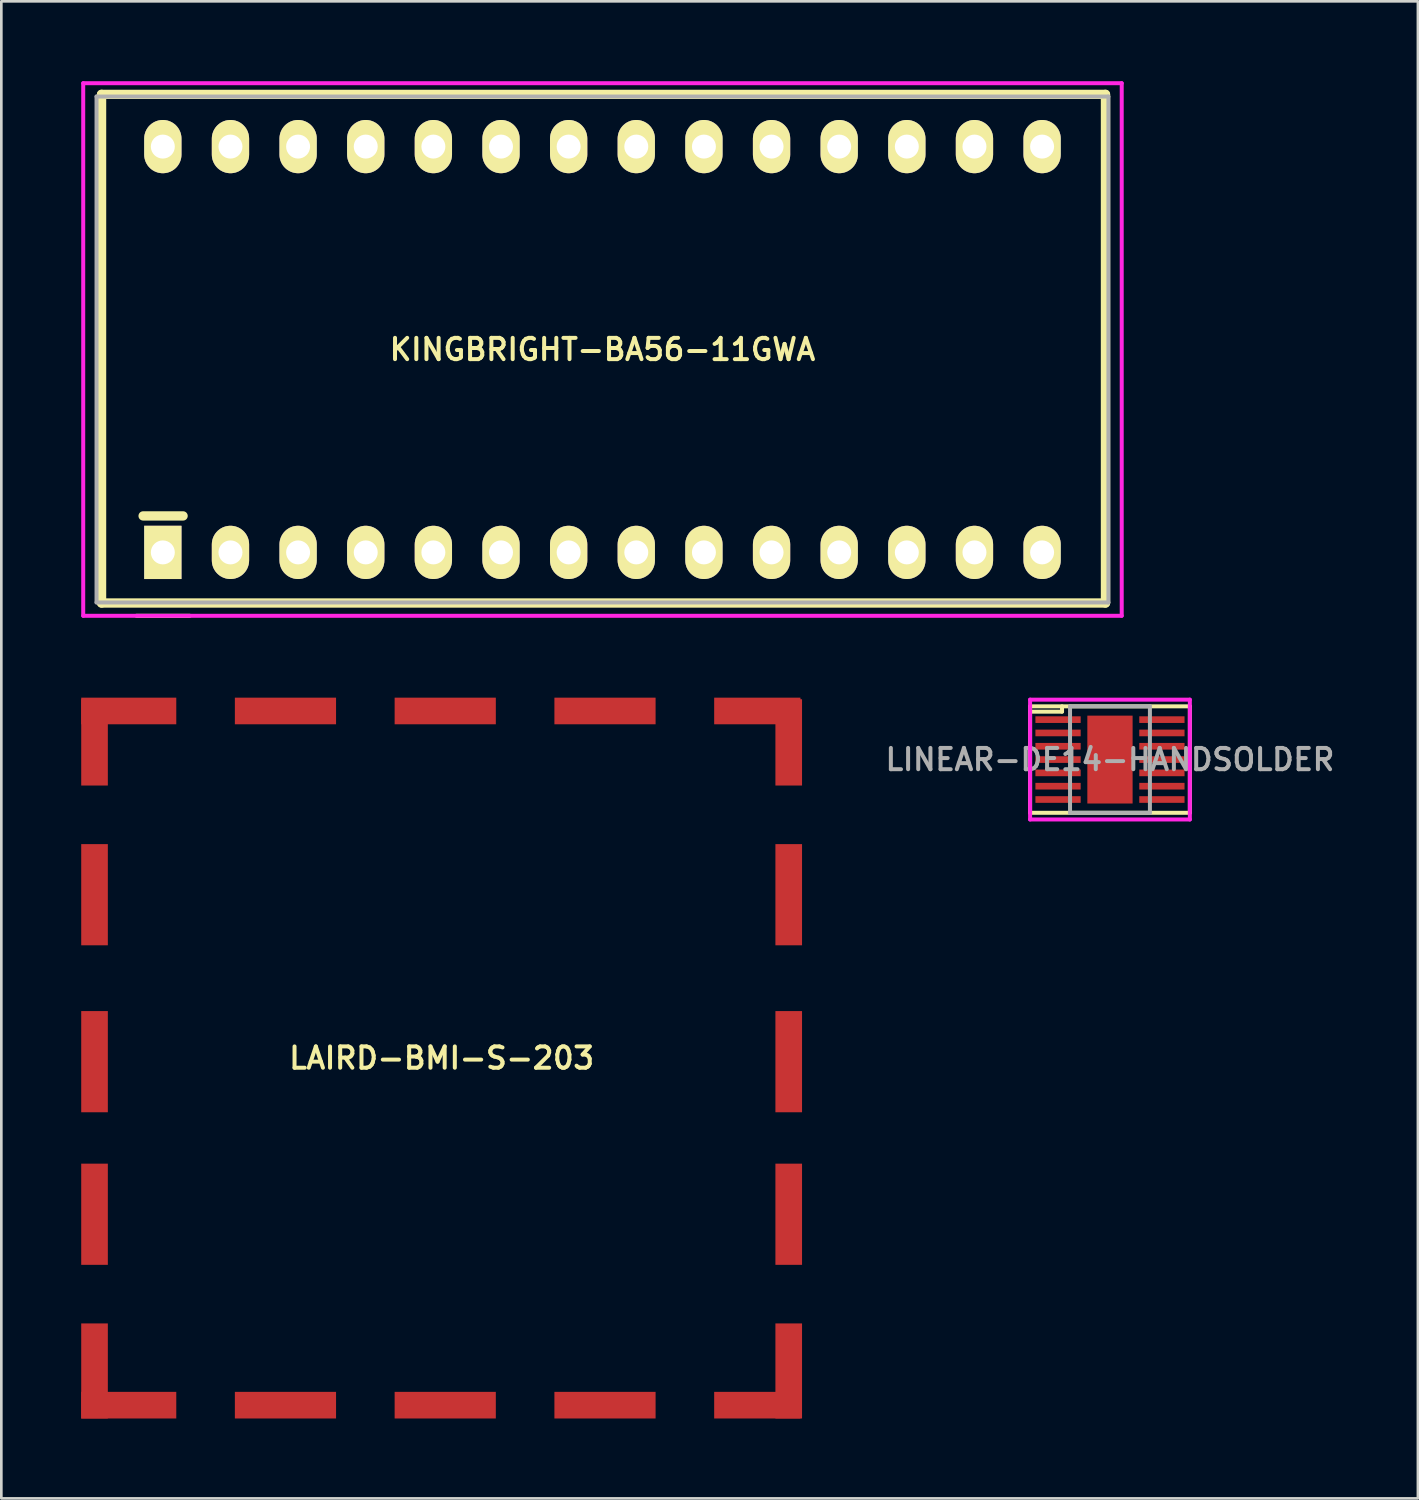
<source format=kicad_pcb>
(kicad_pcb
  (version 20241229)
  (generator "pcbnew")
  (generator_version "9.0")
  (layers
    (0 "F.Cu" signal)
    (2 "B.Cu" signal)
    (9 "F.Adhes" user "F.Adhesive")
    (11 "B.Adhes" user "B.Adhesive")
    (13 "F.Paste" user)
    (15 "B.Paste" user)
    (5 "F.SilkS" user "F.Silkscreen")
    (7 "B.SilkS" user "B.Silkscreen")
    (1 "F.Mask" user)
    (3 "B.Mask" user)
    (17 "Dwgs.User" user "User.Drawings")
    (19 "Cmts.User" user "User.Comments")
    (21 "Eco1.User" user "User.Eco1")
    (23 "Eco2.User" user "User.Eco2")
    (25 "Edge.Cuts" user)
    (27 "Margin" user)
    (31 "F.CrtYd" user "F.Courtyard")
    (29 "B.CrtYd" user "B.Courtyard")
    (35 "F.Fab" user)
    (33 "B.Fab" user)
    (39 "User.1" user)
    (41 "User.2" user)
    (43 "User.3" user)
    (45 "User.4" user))
  (footprint "LINEAR-DE14-HANDSOLDER"
    (layer "F.Cu")
    (at 38.634 25.475)
    (property "Reference" "LINEAR-DE14-HANDSOLDER" (at 0 0 0) (layer "F.Fab") (effects (font (size 0.8 0.8) (thickness 0.15))))
    (attr smd)
    (fp_line (start -3 -2) (end -3 2) (stroke (width 0.15) (type solid)) (layer "F.SilkS"))
    (fp_line (start -3 -1.8) (end -1.8 -1.8) (stroke (width 0.15) (type solid)) (layer "F.SilkS"))
    (fp_line (start -3 2) (end 3 2) (stroke (width 0.15) (type solid)) (layer "F.SilkS"))
    (fp_line (start -1.8 -1.8) (end -1.8 -2) (stroke (width 0.15) (type solid)) (layer "F.SilkS"))
    (fp_line (start 3 -2) (end -3 -2) (stroke (width 0.15) (type solid)) (layer "F.SilkS"))
    (fp_line (start 3 2) (end 3 -2) (stroke (width 0.15) (type solid)) (layer "F.SilkS"))
    (fp_line (start -3 -2.25) (end 3 -2.25) (stroke (width 0.15) (type solid)) (layer "F.CrtYd"))
    (fp_line (start -3 2.25) (end -3 -2.25) (stroke (width 0.15) (type solid)) (layer "F.CrtYd"))
    (fp_line (start 3 -2.25) (end 3 2.25) (stroke (width 0.15) (type solid)) (layer "F.CrtYd"))
    (fp_line (start 3 2.25) (end -3 2.25) (stroke (width 0.15) (type solid)) (layer "F.CrtYd"))
    (fp_line (start -1.5 -2) (end 1.5 -2) (stroke (width 0.15) (type solid)) (layer "F.Fab"))
    (fp_line (start -1.5 2) (end -1.5 -2) (stroke (width 0.15) (type solid)) (layer "F.Fab"))
    (fp_line (start 1.5 -2) (end 1.5 2) (stroke (width 0.15) (type solid)) (layer "F.Fab"))
    (fp_line (start 1.5 2) (end -1.5 2) (stroke (width 0.15) (type solid)) (layer "F.Fab"))
    (pad "1" smd rect (at -1.95 -1.5) (size 1.7 0.25) (layers "F.Cu" "F.Mask" "F.Paste"))
    (pad "2" smd rect (at -1.95 -1) (size 1.7 0.25) (layers "F.Cu" "F.Mask" "F.Paste"))
    (pad "3" smd rect (at -1.95 -0.5) (size 1.7 0.25) (layers "F.Cu" "F.Mask" "F.Paste"))
    (pad "4" smd rect (at -1.95 0) (size 1.7 0.25) (layers "F.Cu" "F.Mask" "F.Paste"))
    (pad "5" smd rect (at -1.95 0.5) (size 1.7 0.25) (layers "F.Cu" "F.Mask" "F.Paste"))
    (pad "6" smd rect (at -1.95 1) (size 1.7 0.25) (layers "F.Cu" "F.Mask" "F.Paste"))
    (pad "7" smd rect (at -1.95 1.5) (size 1.7 0.25) (layers "F.Cu" "F.Mask" "F.Paste"))
    (pad "8" smd rect (at 1.95 1.5) (size 1.7 0.25) (layers "F.Cu" "F.Mask" "F.Paste"))
    (pad "9" smd rect (at 1.95 1) (size 1.7 0.25) (layers "F.Cu" "F.Mask" "F.Paste"))
    (pad "10" smd rect (at 1.95 0.5) (size 1.7 0.25) (layers "F.Cu" "F.Mask" "F.Paste"))
    (pad "11" smd rect (at 1.95 0) (size 1.7 0.25) (layers "F.Cu" "F.Mask" "F.Paste"))
    (pad "12" smd rect (at 1.95 -0.5) (size 1.7 0.25) (layers "F.Cu" "F.Mask" "F.Paste"))
    (pad "13" smd rect (at 1.95 -1) (size 1.7 0.25) (layers "F.Cu" "F.Mask" "F.Paste"))
    (pad "14" smd rect (at 1.95 -1.5) (size 1.7 0.25) (layers "F.Cu" "F.Mask" "F.Paste"))
    (pad "15" smd rect (at 0 0) (size 1.7 3.3) (layers "F.Cu" "F.Mask" "F.Paste")))
  (footprint "LAIRD-BMI-S-203"
    (layer "F.Cu")
    (at 13.535 36.685)
    (property "Reference" "LAIRD-BMI-S-203" (at 0 0 0) (layer "F.SilkS") (effects (font (size 0.8 0.8) (thickness 0.15))))
    (attr smd)
    (pad "1" smd rect (at -13.035 -11.855 90) (size 3.24 1) (layers "F.Cu" "F.Mask" "F.Paste"))
    (pad "1" smd rect (at -13.035 -6.135 90) (size 3.8 1) (layers "F.Cu" "F.Mask" "F.Paste"))
    (pad "1" smd rect (at -13.035 0.135 90) (size 3.8 1) (layers "F.Cu" "F.Mask" "F.Paste"))
    (pad "1" smd rect (at -13.035 5.865 90) (size 3.8 1) (layers "F.Cu" "F.Mask" "F.Paste"))
    (pad "1" smd rect (at -13.035 11.75 90) (size 3.57 1) (layers "F.Cu" "F.Mask" "F.Paste"))
    (pad "1" smd rect (at -11.75 -13.035) (size 3.57 1) (layers "F.Cu" "F.Mask" "F.Paste"))
    (pad "1" smd rect (at -11.75 13.035) (size 3.57 1) (layers "F.Cu" "F.Mask" "F.Paste"))
    (pad "1" smd rect (at -5.865 -13.035) (size 3.8 1) (layers "F.Cu" "F.Mask" "F.Paste"))
    (pad "1" smd rect (at -5.865 13.035) (size 3.8 1) (layers "F.Cu" "F.Mask" "F.Paste"))
    (pad "1" smd rect (at 0.135 -13.035) (size 3.8 1) (layers "F.Cu" "F.Mask" "F.Paste"))
    (pad "1" smd rect (at 0.135 13.035) (size 3.8 1) (layers "F.Cu" "F.Mask" "F.Paste"))
    (pad "1" smd rect (at 6.135 -13.035) (size 3.8 1) (layers "F.Cu" "F.Mask" "F.Paste"))
    (pad "1" smd rect (at 6.135 13.035) (size 3.8 1) (layers "F.Cu" "F.Mask" "F.Paste"))
    (pad "1" smd rect (at 11.855 -13.035) (size 3.24 1) (layers "F.Cu" "F.Mask" "F.Paste"))
    (pad "1" smd rect (at 11.855 13.035) (size 3.24 1) (layers "F.Cu" "F.Mask" "F.Paste"))
    (pad "1" smd rect (at 13.035 -11.855 90) (size 3.24 1) (layers "F.Cu" "F.Mask" "F.Paste"))
    (pad "1" smd rect (at 13.035 -6.135 90) (size 3.8 1) (layers "F.Cu" "F.Mask" "F.Paste"))
    (pad "1" smd rect (at 13.035 0.135 90) (size 3.8 1) (layers "F.Cu" "F.Mask" "F.Paste"))
    (pad "1" smd rect (at 13.035 5.865 90) (size 3.8 1) (layers "F.Cu" "F.Mask" "F.Paste"))
    (pad "1" smd rect (at 13.035 11.75 90) (size 3.57 1) (layers "F.Cu" "F.Mask" "F.Paste")))
  (footprint "KINGBRIGHT-BA56-11GWA"
    (layer "F.Cu")
    (at 19.575 10.075)
    (property "Reference" "KINGBRIGHT-BA56-11GWA" (at 0 0 0) (layer "F.SilkS") (effects (font (size 0.8 0.8) (thickness 0.15))))
    (attr through_hole)
    (fp_line (start -18.811 -9.581) (end -18.811 9.52) (stroke (width 0.35) (type solid)) (layer "F.SilkS"))
    (fp_line (start -18.811 9.52) (end 18.89 9.52) (stroke (width 0.35) (type solid)) (layer "F.SilkS"))
    (fp_line (start -17.5 10) (end -15.5 10) (stroke (width 0.15) (type solid)) (layer "F.SilkS"))
    (fp_line (start -17.25 6.25) (end -15.75 6.25) (stroke (width 0.35) (type solid)) (layer "F.SilkS"))
    (fp_line (start 18.89 -9.581) (end -18.811 -9.581) (stroke (width 0.35) (type solid)) (layer "F.SilkS"))
    (fp_line (start 18.89 9.52) (end 18.89 -9.581) (stroke (width 0.35) (type solid)) (layer "F.SilkS"))
    (fp_line (start -19.5 -10) (end -19.5 10) (stroke (width 0.15) (type solid)) (layer "F.CrtYd"))
    (fp_line (start -19.5 10) (end 19.5 10) (stroke (width 0.15) (type solid)) (layer "F.CrtYd"))
    (fp_line (start 19.5 -10) (end -19.5 -10) (stroke (width 0.15) (type solid)) (layer "F.CrtYd"))
    (fp_line (start 19.5 10) (end 19.5 -10) (stroke (width 0.15) (type solid)) (layer "F.CrtYd"))
    (fp_line (start -19 -9.5) (end -19 9.5) (stroke (width 0.15) (type solid)) (layer "F.Fab"))
    (fp_line (start -19 9.5) (end 19 9.5) (stroke (width 0.15) (type solid)) (layer "F.Fab"))
    (fp_line (start 19 -9.5) (end -19 -9.5) (stroke (width 0.15) (type solid)) (layer "F.Fab"))
    (fp_line (start 19 9.5) (end 19 -9.5) (stroke (width 0.15) (type solid)) (layer "F.Fab"))
    (pad "1" thru_hole rect (at -16.51 7.62) (size 1.4 2) (drill 0.9) (layers "*.Cu" "*.Mask" "F.SilkS"))
    (pad "2" thru_hole oval (at -13.97 7.62) (size 1.4 2) (drill 0.9) (layers "*.Cu" "*.Mask" "F.SilkS"))
    (pad "3" thru_hole oval (at -11.43 7.62) (size 1.4 2) (drill 0.9) (layers "*.Cu" "*.Mask" "F.SilkS"))
    (pad "4" thru_hole oval (at -8.89 7.62) (size 1.4 2) (drill 0.9) (layers "*.Cu" "*.Mask" "F.SilkS"))
    (pad "5" thru_hole oval (at -6.35 7.62) (size 1.4 2) (drill 0.9) (layers "*.Cu" "*.Mask" "F.SilkS"))
    (pad "6" thru_hole oval (at -3.81 7.62) (size 1.4 2) (drill 0.9) (layers "*.Cu" "*.Mask" "F.SilkS"))
    (pad "7" thru_hole oval (at -1.27 7.62) (size 1.4 2) (drill 0.9) (layers "*.Cu" "*.Mask" "F.SilkS"))
    (pad "8" thru_hole oval (at 1.27 7.62) (size 1.4 2) (drill 0.9) (layers "*.Cu" "*.Mask" "F.SilkS"))
    (pad "9" thru_hole oval (at 3.81 7.62) (size 1.4 2) (drill 0.9) (layers "*.Cu" "*.Mask" "F.SilkS"))
    (pad "10" thru_hole oval (at 6.35 7.62) (size 1.4 2) (drill 0.9) (layers "*.Cu" "*.Mask" "F.SilkS"))
    (pad "11" thru_hole oval (at 8.89 7.62) (size 1.4 2) (drill 0.9) (layers "*.Cu" "*.Mask" "F.SilkS"))
    (pad "12" thru_hole oval (at 11.43 7.62) (size 1.4 2) (drill 0.9) (layers "*.Cu" "*.Mask" "F.SilkS"))
    (pad "13" thru_hole oval (at 13.97 7.62) (size 1.4 2) (drill 0.9) (layers "*.Cu" "*.Mask" "F.SilkS"))
    (pad "14" thru_hole oval (at 16.51 7.62) (size 1.4 2) (drill 0.9) (layers "*.Cu" "*.Mask" "F.SilkS"))
    (pad "15" thru_hole oval (at 16.51 -7.62) (size 1.4 2) (drill 0.9) (layers "*.Cu" "*.Mask" "F.SilkS"))
    (pad "16" thru_hole oval (at 13.97 -7.62) (size 1.4 2) (drill 0.9) (layers "*.Cu" "*.Mask" "F.SilkS"))
    (pad "17" thru_hole oval (at 11.43 -7.62) (size 1.4 2) (drill 0.9) (layers "*.Cu" "*.Mask" "F.SilkS"))
    (pad "18" thru_hole oval (at 8.89 -7.62) (size 1.4 2) (drill 0.9) (layers "*.Cu" "*.Mask" "F.SilkS"))
    (pad "19" thru_hole oval (at 6.35 -7.62) (size 1.4 2) (drill 0.9) (layers "*.Cu" "*.Mask" "F.SilkS"))
    (pad "20" thru_hole oval (at 3.81 -7.62) (size 1.4 2) (drill 0.9) (layers "*.Cu" "*.Mask" "F.SilkS"))
    (pad "21" thru_hole oval (at 1.27 -7.62) (size 1.4 2) (drill 0.9) (layers "*.Cu" "*.Mask" "F.SilkS"))
    (pad "22" thru_hole oval (at -1.27 -7.62) (size 1.4 2) (drill 0.9) (layers "*.Cu" "*.Mask" "F.SilkS"))
    (pad "23" thru_hole oval (at -3.81 -7.62) (size 1.4 2) (drill 0.9) (layers "*.Cu" "*.Mask" "F.SilkS"))
    (pad "24" thru_hole oval (at -6.35 -7.62) (size 1.4 2) (drill 0.9) (layers "*.Cu" "*.Mask" "F.SilkS"))
    (pad "25" thru_hole oval (at -8.89 -7.62) (size 1.4 2) (drill 0.9) (layers "*.Cu" "*.Mask" "F.SilkS"))
    (pad "26" thru_hole oval (at -11.43 -7.62) (size 1.4 2) (drill 0.9) (layers "*.Cu" "*.Mask" "F.SilkS"))
    (pad "27" thru_hole oval (at -13.97 -7.62) (size 1.4 2) (drill 0.9) (layers "*.Cu" "*.Mask" "F.SilkS"))
    (pad "28" thru_hole oval (at -16.51 -7.62) (size 1.4 2) (drill 0.9) (layers "*.Cu" "*.Mask" "F.SilkS")))
  (gr_rect
    (start -3 -3)
    (end 50.198 53.22)
    (stroke (width 0.1) (type default))
    (fill no)
    (layer "Edge.Cuts")))
</source>
